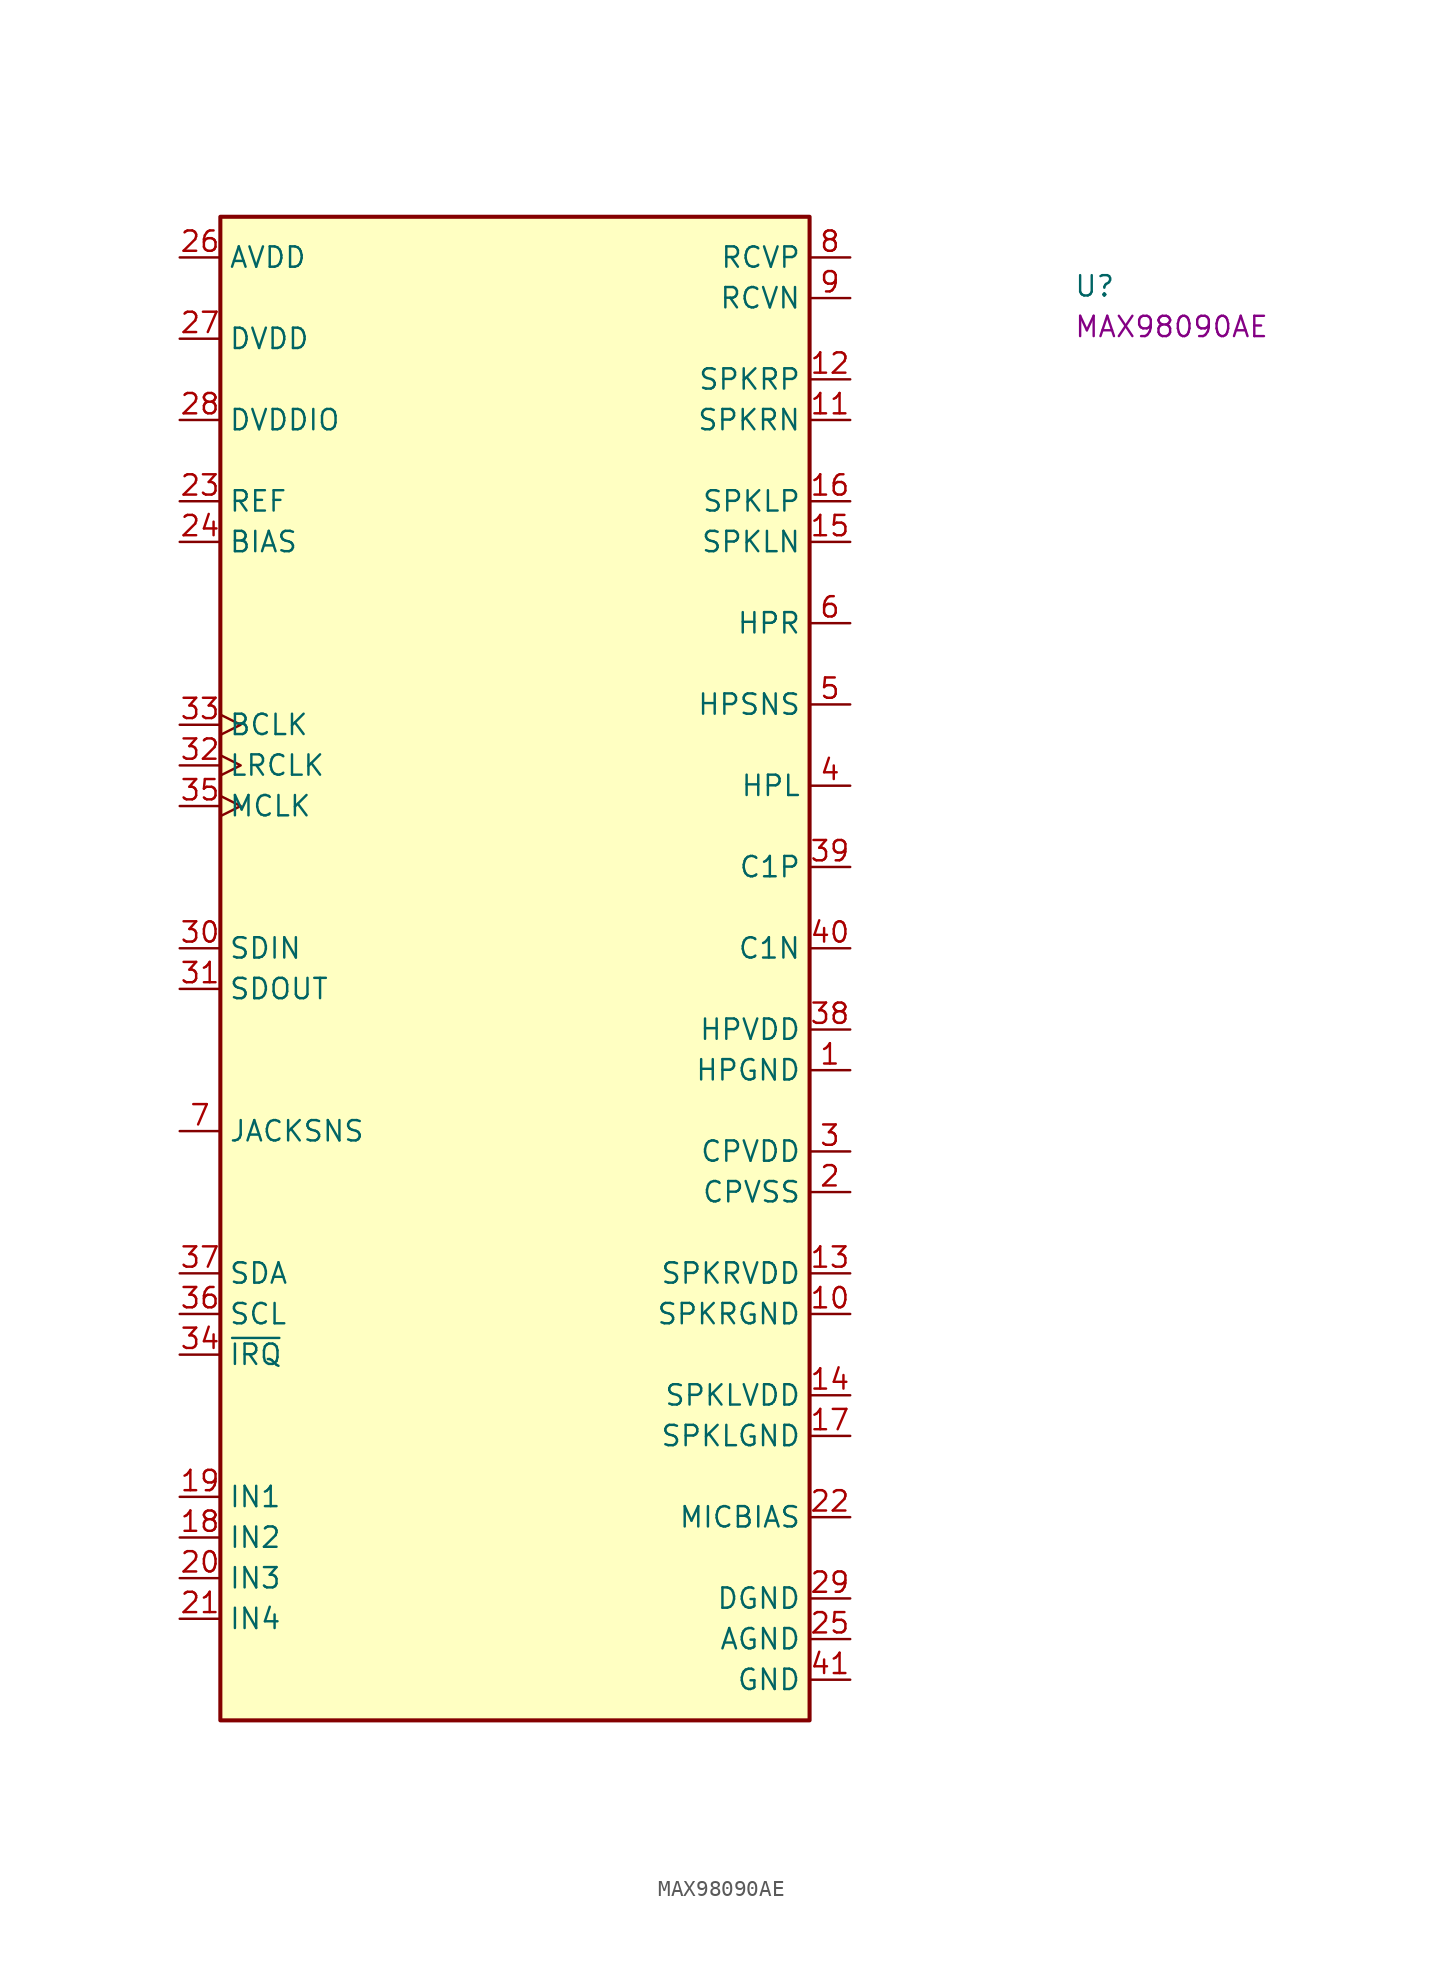
<source format=kicad_sym>
(kicad_symbol_lib
  (version 20220914)
  (generator kicad_symbol_editor)
  (symbol "MAX98090AE"
    (property "Reference" "U"
      (at 55.88 -2.54 0)
      (effects (font (size 1.27 1.27) (thickness 0.15)) (justify left bottom)))
    (property "MPN" "MAX98090AE"
      (at 55.88 -5.08 0)
      (effects (font (size 1.27 1.27) (thickness 0.15)) (justify left bottom)))
    (symbol "MAX98090AE_1_1"
      (rectangle (start 2.54 2.54) (end 39.37 -91.44) (stroke (width 0.254) (type default)) (fill (type background)))
      (pin power_in line (at 41.91 -50.8 180) (length 2.54) (name "HPGND" (effects (font (size 1.27 1.27)))) (number "1" (effects (font (size 1.27 1.27)))))
      (pin power_in line (at 41.91 -66.04 180) (length 2.54) (name "SPKRGND" (effects (font (size 1.27 1.27)))) (number "10" (effects (font (size 1.27 1.27)))))
      (pin passive line (at 41.91 -10.16 180) (length 2.54) (name "SPKRN" (effects (font (size 1.27 1.27)))) (number "11" (effects (font (size 1.27 1.27)))))
      (pin passive line (at 41.91 -7.62 180) (length 2.54) (name "SPKRP" (effects (font (size 1.27 1.27)))) (number "12" (effects (font (size 1.27 1.27)))))
      (pin power_in line (at 41.91 -63.5 180) (length 2.54) (name "SPKRVDD" (effects (font (size 1.27 1.27)))) (number "13" (effects (font (size 1.27 1.27)))))
      (pin power_in line (at 41.91 -71.12 180) (length 2.54) (name "SPKLVDD" (effects (font (size 1.27 1.27)))) (number "14" (effects (font (size 1.27 1.27)))))
      (pin passive line (at 41.91 -17.78 180) (length 2.54) (name "SPKLN" (effects (font (size 1.27 1.27)))) (number "15" (effects (font (size 1.27 1.27)))))
      (pin passive line (at 41.91 -15.24 180) (length 2.54) (name "SPKLP" (effects (font (size 1.27 1.27)))) (number "16" (effects (font (size 1.27 1.27)))))
      (pin power_in line (at 41.91 -73.66 180) (length 2.54) (name "SPKLGND" (effects (font (size 1.27 1.27)))) (number "17" (effects (font (size 1.27 1.27)))))
      (pin bidirectional line (at 0 -80.01 0) (length 2.54) (name "IN2" (effects (font (size 1.27 1.27)))) (number "18" (effects (font (size 1.27 1.27)))) (alternate "DMC" passive line))
      (pin input line (at 0 -77.47 0) (length 2.54) (name "IN1" (effects (font (size 1.27 1.27)))) (number "19" (effects (font (size 1.27 1.27)))) (alternate "DMD" passive line))
      (pin power_in line (at 41.91 -58.42 180) (length 2.54) (name "CPVSS" (effects (font (size 1.27 1.27)))) (number "2" (effects (font (size 1.27 1.27)))))
      (pin input line (at 0 -82.55 0) (length 2.54) (name "IN3" (effects (font (size 1.27 1.27)))) (number "20" (effects (font (size 1.27 1.27)))))
      (pin input line (at 0 -85.09 0) (length 2.54) (name "IN4" (effects (font (size 1.27 1.27)))) (number "21" (effects (font (size 1.27 1.27)))))
      (pin passive line (at 41.91 -78.74 180) (length 2.54) (name "MICBIAS" (effects (font (size 1.27 1.27)))) (number "22" (effects (font (size 1.27 1.27)))))
      (pin passive line (at 0 -15.24 0) (length 2.54) (name "REF" (effects (font (size 1.27 1.27)))) (number "23" (effects (font (size 1.27 1.27)))))
      (pin passive line (at 0 -17.78 0) (length 2.54) (name "BIAS" (effects (font (size 1.27 1.27)))) (number "24" (effects (font (size 1.27 1.27)))))
      (pin power_in line (at 41.91 -86.36 180) (length 2.54) (name "AGND" (effects (font (size 1.27 1.27)))) (number "25" (effects (font (size 1.27 1.27)))))
      (pin power_in line (at 0 0 0) (length 2.54) (name "AVDD" (effects (font (size 1.27 1.27)))) (number "26" (effects (font (size 1.27 1.27)))))
      (pin power_in line (at 0 -5.08 0) (length 2.54) (name "DVDD" (effects (font (size 1.27 1.27)))) (number "27" (effects (font (size 1.27 1.27)))))
      (pin power_in line (at 0 -10.16 0) (length 2.54) (name "DVDDIO" (effects (font (size 1.27 1.27)))) (number "28" (effects (font (size 1.27 1.27)))))
      (pin power_in line (at 41.91 -83.82 180) (length 2.54) (name "DGND" (effects (font (size 1.27 1.27)))) (number "29" (effects (font (size 1.27 1.27)))))
      (pin power_in line (at 41.91 -55.88 180) (length 2.54) (name "CPVDD" (effects (font (size 1.27 1.27)))) (number "3" (effects (font (size 1.27 1.27)))))
      (pin input line (at 0 -43.18 0) (length 2.54) (name "SDIN" (effects (font (size 1.27 1.27)))) (number "30" (effects (font (size 1.27 1.27)))))
      (pin output line (at 0 -45.72 0) (length 2.54) (name "SDOUT" (effects (font (size 1.27 1.27)))) (number "31" (effects (font (size 1.27 1.27)))))
      (pin passive clock (at 0 -31.75 0) (length 2.54) (name "LRCLK" (effects (font (size 1.27 1.27)))) (number "32" (effects (font (size 1.27 1.27)))))
      (pin passive clock (at 0 -29.21 0) (length 2.54) (name "BCLK" (effects (font (size 1.27 1.27)))) (number "33" (effects (font (size 1.27 1.27)))))
      (pin bidirectional line (at 0 -68.58 0) (length 2.54) (name "~{IRQ}" (effects (font (size 1.27 1.27)))) (number "34" (effects (font (size 1.27 1.27)))))
      (pin passive clock (at 0 -34.29 0) (length 2.54) (name "MCLK" (effects (font (size 1.27 1.27)))) (number "35" (effects (font (size 1.27 1.27)))))
      (pin input line (at 0 -66.04 0) (length 2.54) (name "SCL" (effects (font (size 1.27 1.27)))) (number "36" (effects (font (size 1.27 1.27)))))
      (pin bidirectional line (at 0 -63.5 0) (length 2.54) (name "SDA" (effects (font (size 1.27 1.27)))) (number "37" (effects (font (size 1.27 1.27)))))
      (pin power_in line (at 41.91 -48.26 180) (length 2.54) (name "HPVDD" (effects (font (size 1.27 1.27)))) (number "38" (effects (font (size 1.27 1.27)))))
      (pin passive line (at 41.91 -38.1 180) (length 2.54) (name "C1P" (effects (font (size 1.27 1.27)))) (number "39" (effects (font (size 1.27 1.27)))))
      (pin passive line (at 41.91 -33.02 180) (length 2.54) (name "HPL" (effects (font (size 1.27 1.27)))) (number "4" (effects (font (size 1.27 1.27)))))
      (pin passive line (at 41.91 -43.18 180) (length 2.54) (name "C1N" (effects (font (size 1.27 1.27)))) (number "40" (effects (font (size 1.27 1.27)))))
      (pin power_in line (at 41.91 -88.9 180) (length 2.54) (name "GND" (effects (font (size 1.27 1.27)))) (number "41" (effects (font (size 1.27 1.27)))))
      (pin passive line (at 41.91 -27.94 180) (length 2.54) (name "HPSNS" (effects (font (size 1.27 1.27)))) (number "5" (effects (font (size 1.27 1.27)))))
      (pin passive line (at 41.91 -22.86 180) (length 2.54) (name "HPR" (effects (font (size 1.27 1.27)))) (number "6" (effects (font (size 1.27 1.27)))))
      (pin input line (at 0 -54.61 0) (length 2.54) (name "JACKSNS" (effects (font (size 1.27 1.27)))) (number "7" (effects (font (size 1.27 1.27)))))
      (pin passive line (at 41.91 0 180) (length 2.54) (name "RCVP" (effects (font (size 1.27 1.27)))) (number "8" (effects (font (size 1.27 1.27)))) (alternate "LOUTL" passive line))
      (pin passive line (at 41.91 -2.54 180) (length 2.54) (name "RCVN" (effects (font (size 1.27 1.27)))) (number "9" (effects (font (size 1.27 1.27)))) (alternate "LOUTR" passive line)))))
</source>
